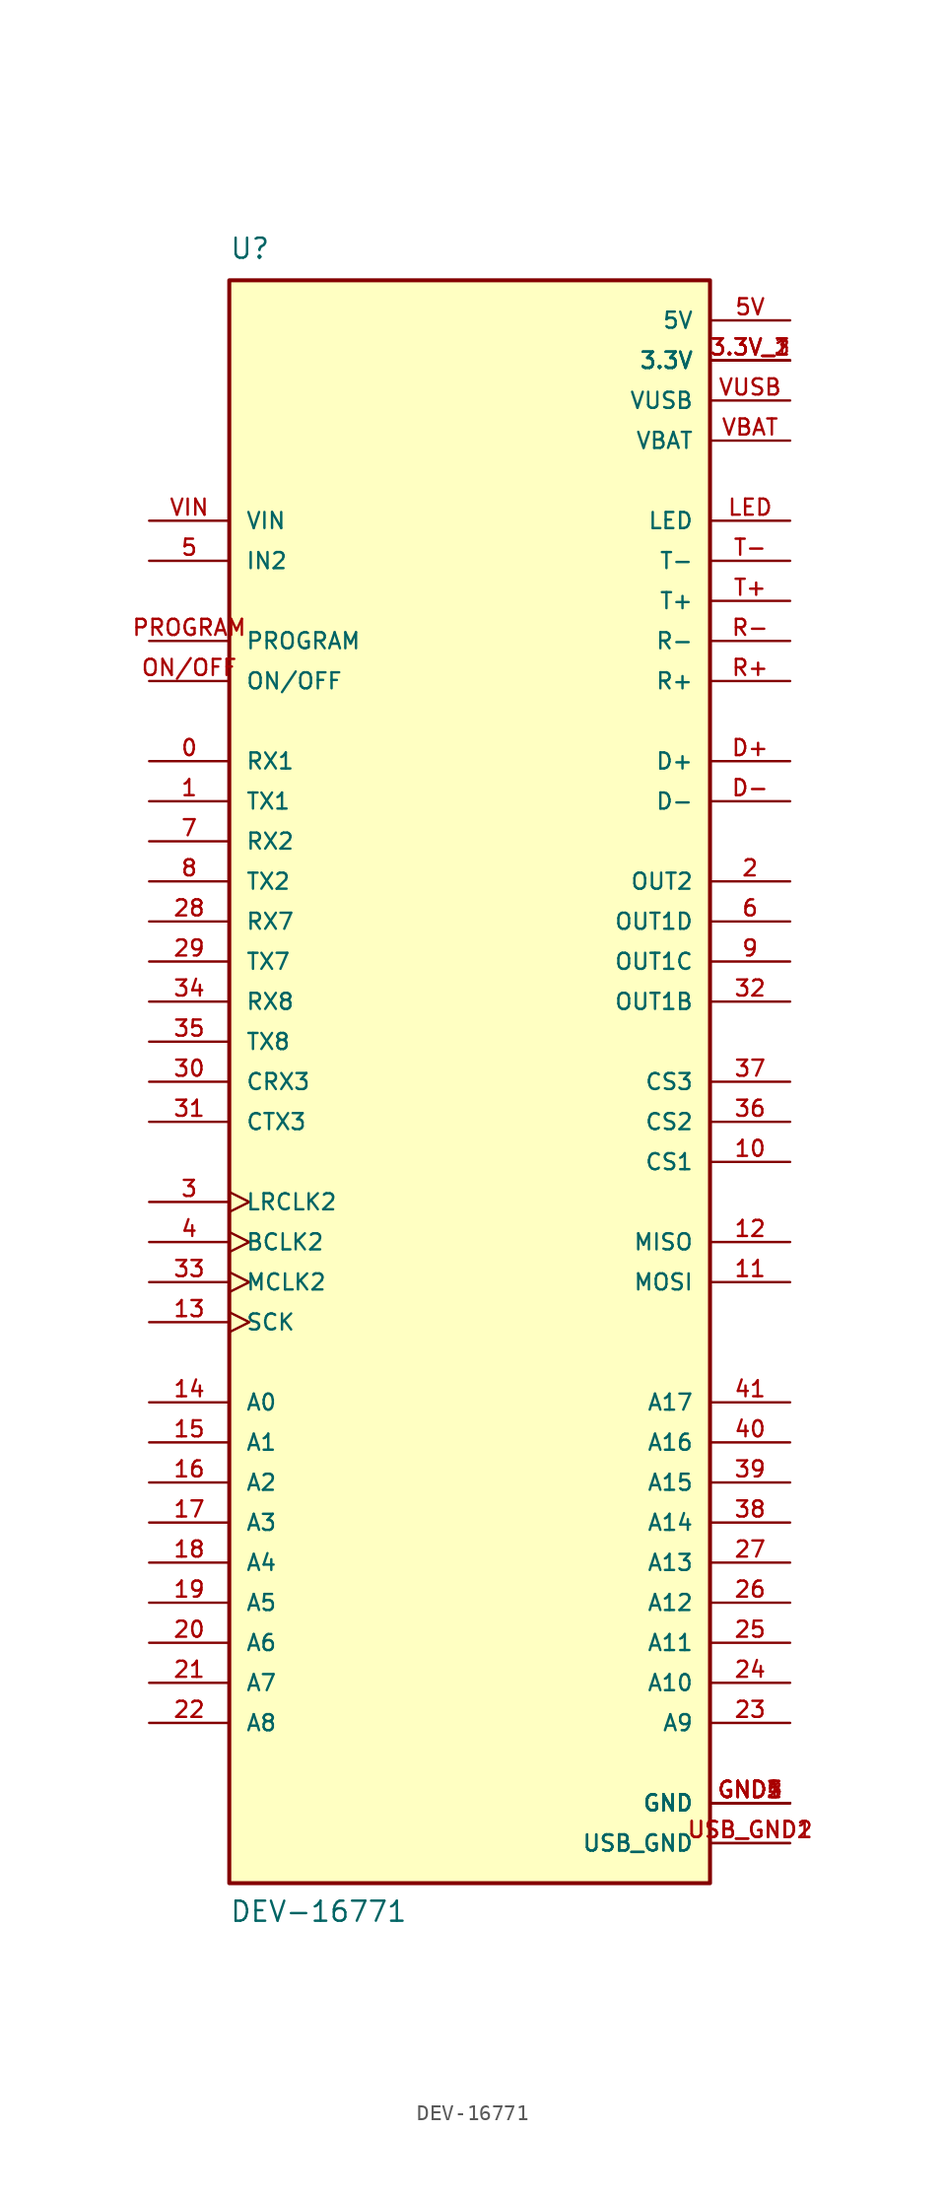
<source format=kicad_sym>
(kicad_symbol_lib
  (version 20211014)
  (generator kicad_symbol_editor)
  (symbol "DEV-16771"
    (pin_names
      (offset 1.016))
    (property "Reference" "U"
      (at -15.24 52.07 0)
      (effects (font (size 1.27 1.27)) (justify bottom left)))
    (property "Value" "DEV-16771"
      (at -15.24 -53.34 0)
      (effects (font (size 1.27 1.27)) (justify bottom left)))
    (symbol "DEV-16771_0_0"
      (rectangle (start -15.24 -50.8) (end 15.24 50.8) (stroke (width 0.254)) (fill (type background)))
      (pin power_in line (at 20.32 -45.72 180.0) (length 5.08) (name "GND" (effects (font (size 1.016 1.016)))) (number "GND1" (effects (font (size 1.016 1.016)))))
      (pin power_in line (at 20.32 -45.72 180.0) (length 5.08) (name "GND" (effects (font (size 1.016 1.016)))) (number "GND2" (effects (font (size 1.016 1.016)))))
      (pin power_in line (at 20.32 -45.72 180.0) (length 5.08) (name "GND" (effects (font (size 1.016 1.016)))) (number "GND3" (effects (font (size 1.016 1.016)))))
      (pin power_in line (at 20.32 -45.72 180.0) (length 5.08) (name "GND" (effects (font (size 1.016 1.016)))) (number "GND4" (effects (font (size 1.016 1.016)))))
      (pin power_in line (at 20.32 -45.72 180.0) (length 5.08) (name "GND" (effects (font (size 1.016 1.016)))) (number "GND5" (effects (font (size 1.016 1.016)))))
      (pin bidirectional line (at -20.32 20.32 0) (length 5.08) (name "RX1" (effects (font (size 1.016 1.016)))) (number "0" (effects (font (size 1.016 1.016)))))
      (pin bidirectional line (at -20.32 17.78 0) (length 5.08) (name "TX1" (effects (font (size 1.016 1.016)))) (number "1" (effects (font (size 1.016 1.016)))))
      (pin output line (at 20.32 12.7 180.0) (length 5.08) (name "OUT2" (effects (font (size 1.016 1.016)))) (number "2" (effects (font (size 1.016 1.016)))))
      (pin bidirectional clock (at -20.32 -7.62 0) (length 5.08) (name "LRCLK2" (effects (font (size 1.016 1.016)))) (number "3" (effects (font (size 1.016 1.016)))))
      (pin bidirectional clock (at -20.32 -10.16 0) (length 5.08) (name "BCLK2" (effects (font (size 1.016 1.016)))) (number "4" (effects (font (size 1.016 1.016)))))
      (pin bidirectional line (at -20.32 33.02 0) (length 5.08) (name "IN2" (effects (font (size 1.016 1.016)))) (number "5" (effects (font (size 1.016 1.016)))))
      (pin output line (at 20.32 10.16 180.0) (length 5.08) (name "OUT1D" (effects (font (size 1.016 1.016)))) (number "6" (effects (font (size 1.016 1.016)))))
      (pin bidirectional line (at -20.32 15.24 0) (length 5.08) (name "RX2" (effects (font (size 1.016 1.016)))) (number "7" (effects (font (size 1.016 1.016)))))
      (pin bidirectional line (at -20.32 12.7 0) (length 5.08) (name "TX2" (effects (font (size 1.016 1.016)))) (number "8" (effects (font (size 1.016 1.016)))))
      (pin output line (at 20.32 7.62 180.0) (length 5.08) (name "OUT1C" (effects (font (size 1.016 1.016)))) (number "9" (effects (font (size 1.016 1.016)))))
      (pin bidirectional line (at 20.32 -5.08 180.0) (length 5.08) (name "CS1" (effects (font (size 1.016 1.016)))) (number "10" (effects (font (size 1.016 1.016)))))
      (pin bidirectional line (at 20.32 -12.7 180.0) (length 5.08) (name "MOSI" (effects (font (size 1.016 1.016)))) (number "11" (effects (font (size 1.016 1.016)))))
      (pin bidirectional line (at 20.32 -10.16 180.0) (length 5.08) (name "MISO" (effects (font (size 1.016 1.016)))) (number "12" (effects (font (size 1.016 1.016)))))
      (pin power_in line (at 20.32 45.72 180.0) (length 5.08) (name "3.3V" (effects (font (size 1.016 1.016)))) (number "3.3V_1" (effects (font (size 1.016 1.016)))))
      (pin power_in line (at 20.32 45.72 180.0) (length 5.08) (name "3.3V" (effects (font (size 1.016 1.016)))) (number "3.3V_2" (effects (font (size 1.016 1.016)))))
      (pin power_in line (at 20.32 45.72 180.0) (length 5.08) (name "3.3V" (effects (font (size 1.016 1.016)))) (number "3.3V_3" (effects (font (size 1.016 1.016)))))
      (pin bidirectional clock (at -20.32 -15.24 0) (length 5.08) (name "SCK" (effects (font (size 1.016 1.016)))) (number "13" (effects (font (size 1.016 1.016)))))
      (pin bidirectional line (at -20.32 -20.32 0) (length 5.08) (name "A0" (effects (font (size 1.016 1.016)))) (number "14" (effects (font (size 1.016 1.016)))))
      (pin bidirectional line (at -20.32 -22.86 0) (length 5.08) (name "A1" (effects (font (size 1.016 1.016)))) (number "15" (effects (font (size 1.016 1.016)))))
      (pin bidirectional line (at -20.32 -25.4 0) (length 5.08) (name "A2" (effects (font (size 1.016 1.016)))) (number "16" (effects (font (size 1.016 1.016)))))
      (pin bidirectional line (at -20.32 -27.94 0) (length 5.08) (name "A3" (effects (font (size 1.016 1.016)))) (number "17" (effects (font (size 1.016 1.016)))))
      (pin bidirectional line (at -20.32 -30.48 0) (length 5.08) (name "A4" (effects (font (size 1.016 1.016)))) (number "18" (effects (font (size 1.016 1.016)))))
      (pin bidirectional line (at -20.32 -33.02 0) (length 5.08) (name "A5" (effects (font (size 1.016 1.016)))) (number "19" (effects (font (size 1.016 1.016)))))
      (pin bidirectional line (at -20.32 -35.56 0) (length 5.08) (name "A6" (effects (font (size 1.016 1.016)))) (number "20" (effects (font (size 1.016 1.016)))))
      (pin bidirectional line (at -20.32 -38.1 0) (length 5.08) (name "A7" (effects (font (size 1.016 1.016)))) (number "21" (effects (font (size 1.016 1.016)))))
      (pin bidirectional line (at -20.32 -40.64 0) (length 5.08) (name "A8" (effects (font (size 1.016 1.016)))) (number "22" (effects (font (size 1.016 1.016)))))
      (pin bidirectional line (at 20.32 -40.64 180.0) (length 5.08) (name "A9" (effects (font (size 1.016 1.016)))) (number "23" (effects (font (size 1.016 1.016)))))
      (pin input line (at -20.32 35.56 0) (length 5.08) (name "VIN" (effects (font (size 1.016 1.016)))) (number "VIN" (effects (font (size 1.016 1.016)))))
      (pin bidirectional line (at 20.32 -38.1 180.0) (length 5.08) (name "A10" (effects (font (size 1.016 1.016)))) (number "24" (effects (font (size 1.016 1.016)))))
      (pin bidirectional line (at 20.32 -35.56 180.0) (length 5.08) (name "A11" (effects (font (size 1.016 1.016)))) (number "25" (effects (font (size 1.016 1.016)))))
      (pin bidirectional line (at 20.32 -33.02 180.0) (length 5.08) (name "A12" (effects (font (size 1.016 1.016)))) (number "26" (effects (font (size 1.016 1.016)))))
      (pin bidirectional line (at 20.32 -30.48 180.0) (length 5.08) (name "A13" (effects (font (size 1.016 1.016)))) (number "27" (effects (font (size 1.016 1.016)))))
      (pin bidirectional line (at -20.32 10.16 0) (length 5.08) (name "RX7" (effects (font (size 1.016 1.016)))) (number "28" (effects (font (size 1.016 1.016)))))
      (pin bidirectional line (at -20.32 7.62 0) (length 5.08) (name "TX7" (effects (font (size 1.016 1.016)))) (number "29" (effects (font (size 1.016 1.016)))))
      (pin bidirectional line (at -20.32 0.0 0) (length 5.08) (name "CRX3" (effects (font (size 1.016 1.016)))) (number "30" (effects (font (size 1.016 1.016)))))
      (pin bidirectional line (at -20.32 -2.54 0) (length 5.08) (name "CTX3" (effects (font (size 1.016 1.016)))) (number "31" (effects (font (size 1.016 1.016)))))
      (pin output line (at 20.32 5.08 180.0) (length 5.08) (name "OUT1B" (effects (font (size 1.016 1.016)))) (number "32" (effects (font (size 1.016 1.016)))))
      (pin bidirectional clock (at -20.32 -12.7 0) (length 5.08) (name "MCLK2" (effects (font (size 1.016 1.016)))) (number "33" (effects (font (size 1.016 1.016)))))
      (pin bidirectional line (at -20.32 5.08 0) (length 5.08) (name "RX8" (effects (font (size 1.016 1.016)))) (number "34" (effects (font (size 1.016 1.016)))))
      (pin bidirectional line (at -20.32 2.54 0) (length 5.08) (name "TX8" (effects (font (size 1.016 1.016)))) (number "35" (effects (font (size 1.016 1.016)))))
      (pin bidirectional line (at 20.32 -2.54 180.0) (length 5.08) (name "CS2" (effects (font (size 1.016 1.016)))) (number "36" (effects (font (size 1.016 1.016)))))
      (pin bidirectional line (at 20.32 0.0 180.0) (length 5.08) (name "CS3" (effects (font (size 1.016 1.016)))) (number "37" (effects (font (size 1.016 1.016)))))
      (pin bidirectional line (at 20.32 -27.94 180.0) (length 5.08) (name "A14" (effects (font (size 1.016 1.016)))) (number "38" (effects (font (size 1.016 1.016)))))
      (pin bidirectional line (at 20.32 -25.4 180.0) (length 5.08) (name "A15" (effects (font (size 1.016 1.016)))) (number "39" (effects (font (size 1.016 1.016)))))
      (pin bidirectional line (at 20.32 -22.86 180.0) (length 5.08) (name "A16" (effects (font (size 1.016 1.016)))) (number "40" (effects (font (size 1.016 1.016)))))
      (pin bidirectional line (at 20.32 -20.32 180.0) (length 5.08) (name "A17" (effects (font (size 1.016 1.016)))) (number "41" (effects (font (size 1.016 1.016)))))
      (pin bidirectional line (at -20.32 25.4 0) (length 5.08) (name "ON/OFF" (effects (font (size 1.016 1.016)))) (number "ON/OFF" (effects (font (size 1.016 1.016)))))
      (pin bidirectional line (at -20.32 27.94 0) (length 5.08) (name "PROGRAM" (effects (font (size 1.016 1.016)))) (number "PROGRAM" (effects (font (size 1.016 1.016)))))
      (pin passive line (at 20.32 40.64 180.0) (length 5.08) (name "VBAT" (effects (font (size 1.016 1.016)))) (number "VBAT" (effects (font (size 1.016 1.016)))))
      (pin power_in line (at 20.32 48.26 180.0) (length 5.08) (name "5V" (effects (font (size 1.016 1.016)))) (number "5V" (effects (font (size 1.016 1.016)))))
      (pin bidirectional line (at 20.32 17.78 180.0) (length 5.08) (name "D-" (effects (font (size 1.016 1.016)))) (number "D-" (effects (font (size 1.016 1.016)))))
      (pin bidirectional line (at 20.32 20.32 180.0) (length 5.08) (name "D+" (effects (font (size 1.016 1.016)))) (number "D+" (effects (font (size 1.016 1.016)))))
      (pin power_in line (at 20.32 -48.26 180.0) (length 5.08) (name "USB_GND" (effects (font (size 1.016 1.016)))) (number "USB_GND1" (effects (font (size 1.016 1.016)))))
      (pin power_in line (at 20.32 -48.26 180.0) (length 5.08) (name "USB_GND" (effects (font (size 1.016 1.016)))) (number "USB_GND2" (effects (font (size 1.016 1.016)))))
      (pin bidirectional line (at 20.32 25.4 180.0) (length 5.08) (name "R+" (effects (font (size 1.016 1.016)))) (number "R+" (effects (font (size 1.016 1.016)))))
      (pin bidirectional line (at 20.32 27.94 180.0) (length 5.08) (name "R-" (effects (font (size 1.016 1.016)))) (number "R-" (effects (font (size 1.016 1.016)))))
      (pin bidirectional line (at 20.32 30.48 180.0) (length 5.08) (name "T+" (effects (font (size 1.016 1.016)))) (number "T+" (effects (font (size 1.016 1.016)))))
      (pin bidirectional line (at 20.32 33.02 180.0) (length 5.08) (name "T-" (effects (font (size 1.016 1.016)))) (number "T-" (effects (font (size 1.016 1.016)))))
      (pin bidirectional line (at 20.32 35.56 180.0) (length 5.08) (name "LED" (effects (font (size 1.016 1.016)))) (number "LED" (effects (font (size 1.016 1.016)))))
      (pin passive line (at 20.32 43.18 180.0) (length 5.08) (name "VUSB" (effects (font (size 1.016 1.016)))) (number "VUSB" (effects (font (size 1.016 1.016))))))))
</source>
